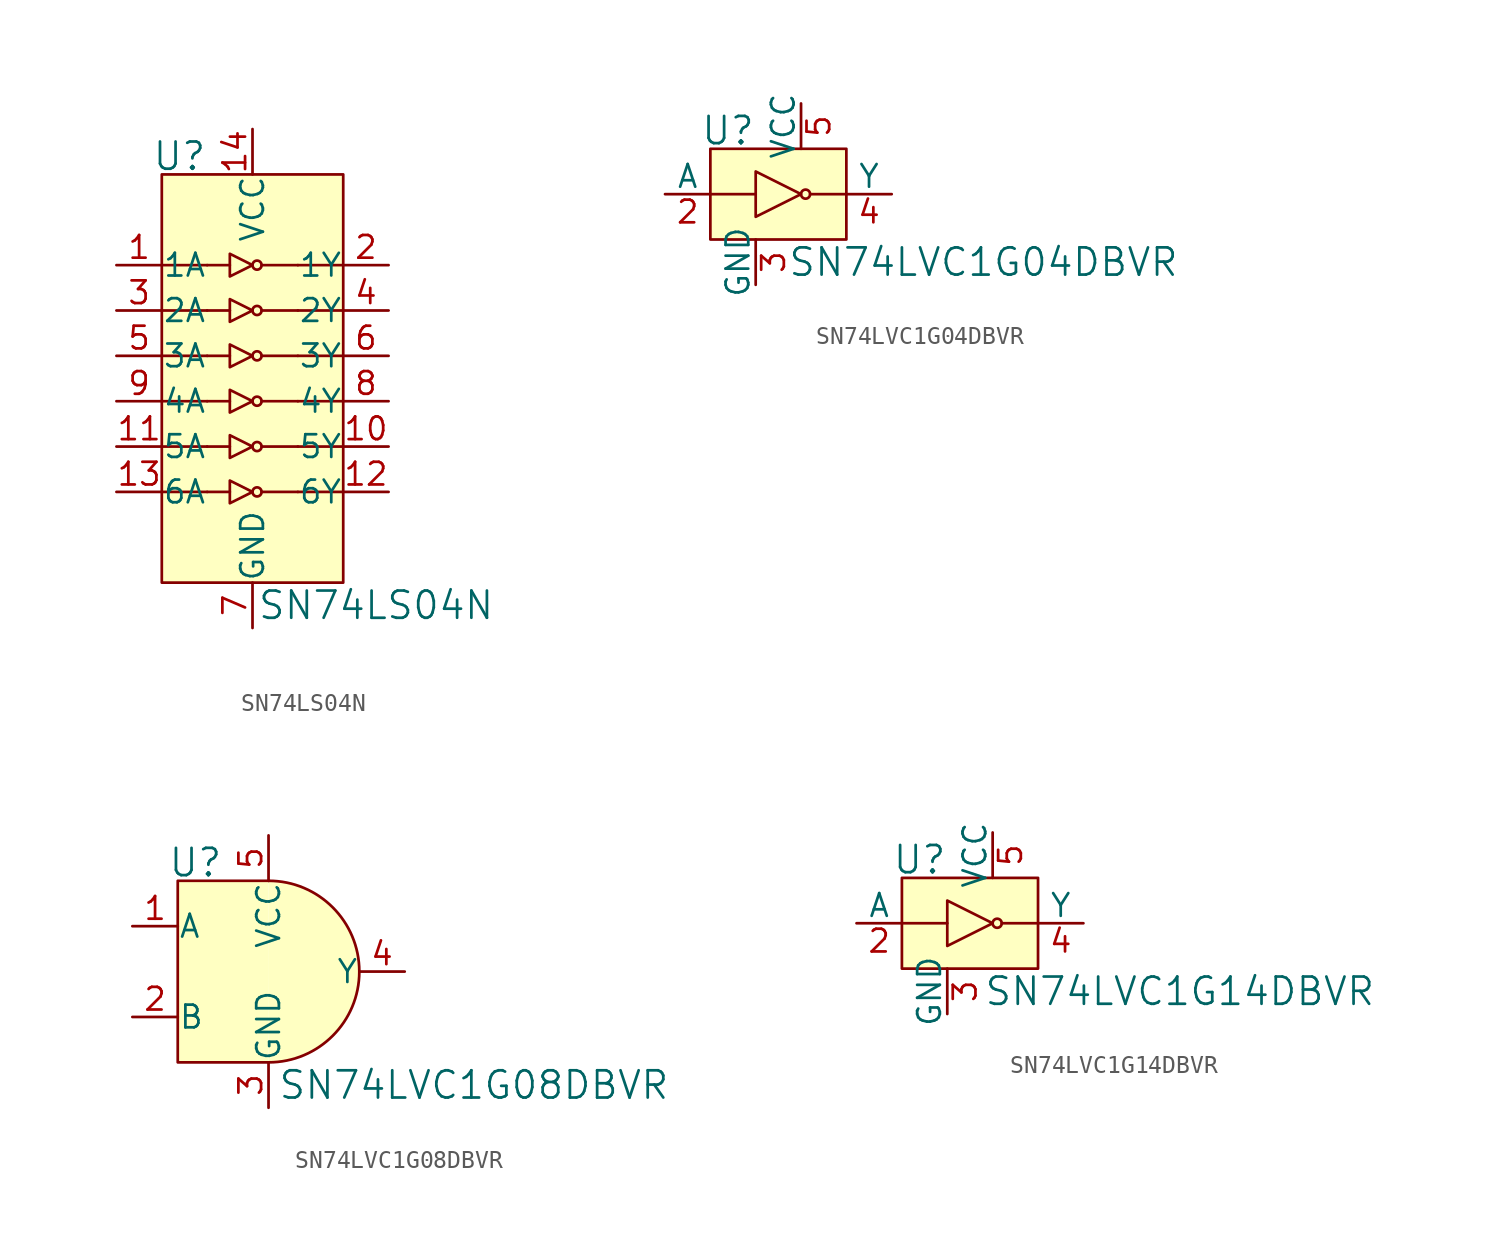
<source format=kicad_sym>
(kicad_symbol_lib
  (version 20211014)
  (generator kicad_symbol_editor)
  (symbol "SN74LS04N"
    (pin_names
      (offset 0.025))
    (property "Reference" "U"
      (at -2.54 13.716 0)
      (effects (font (size 1.524 1.524)) (justify right)))
    (property "Value" "SN74LS04N"
      (at 0.254 -11.43 0)
      (effects (font (size 1.524 1.524)) (justify left)))
    (symbol "SN74LS04N_0_1"
      (rectangle (start -5.08 12.7) (end 5.08 -10.16) (stroke (width 0) (type default) (color 0 0 0 0)) (fill (type background)))
      (polyline (pts (xy -2.54 -5.08) (xy -5.08 -5.08)) (stroke (width 0) (type default) (color 0 0 0 0)) (fill (type none)))
      (polyline (pts (xy -2.54 -2.54) (xy -5.08 -2.54)) (stroke (width 0) (type default) (color 0 0 0 0)) (fill (type none)))
      (polyline (pts (xy -2.54 -2.54) (xy -1.27 -2.54)) (stroke (width 0) (type default) (color 0 0 0 0)) (fill (type none)))
      (polyline (pts (xy -2.54 0) (xy -5.08 0)) (stroke (width 0) (type default) (color 0 0 0 0)) (fill (type none)))
      (polyline (pts (xy -2.54 2.54) (xy -5.08 2.54)) (stroke (width 0) (type default) (color 0 0 0 0)) (fill (type none)))
      (polyline (pts (xy -2.54 2.54) (xy -1.27 2.54)) (stroke (width 0) (type default) (color 0 0 0 0)) (fill (type none)))
      (polyline (pts (xy -2.54 5.08) (xy -5.08 5.08)) (stroke (width 0) (type default) (color 0 0 0 0)) (fill (type none)))
      (polyline (pts (xy -2.54 7.62) (xy -5.08 7.62)) (stroke (width 0) (type default) (color 0 0 0 0)) (fill (type none)))
      (polyline (pts (xy -1.27 -5.08) (xy -2.54 -5.08)) (stroke (width 0) (type default) (color 0 0 0 0)) (fill (type none)))
      (polyline (pts (xy -1.27 0) (xy -2.54 0)) (stroke (width 0) (type default) (color 0 0 0 0)) (fill (type none)))
      (polyline (pts (xy -1.27 5.08) (xy -2.54 5.08)) (stroke (width 0) (type default) (color 0 0 0 0)) (fill (type none)))
      (polyline (pts (xy -1.27 7.62) (xy -2.54 7.62)) (stroke (width 0) (type default) (color 0 0 0 0)) (fill (type none)))
      (polyline (pts (xy 0.508 -5.08) (xy 2.54 -5.08)) (stroke (width 0) (type default) (color 0 0 0 0)) (fill (type none)))
      (polyline (pts (xy 0.508 0) (xy 2.54 0)) (stroke (width 0) (type default) (color 0 0 0 0)) (fill (type none)))
      (polyline (pts (xy 0.508 2.54) (xy 2.54 2.54)) (stroke (width 0) (type default) (color 0 0 0 0)) (fill (type none)))
      (polyline (pts (xy 0.508 5.08) (xy 2.54 5.08)) (stroke (width 0) (type default) (color 0 0 0 0)) (fill (type none)))
      (polyline (pts (xy 2.54 -2.54) (xy 0.508 -2.54)) (stroke (width 0) (type default) (color 0 0 0 0)) (fill (type none)))
      (polyline (pts (xy 2.54 7.62) (xy 0.508 7.62)) (stroke (width 0) (type default) (color 0 0 0 0)) (fill (type none)))
      (polyline (pts (xy 5.08 -5.08) (xy 2.54 -5.08)) (stroke (width 0) (type default) (color 0 0 0 0)) (fill (type none)))
      (polyline (pts (xy 5.08 -2.54) (xy 2.54 -2.54)) (stroke (width 0) (type default) (color 0 0 0 0)) (fill (type none)))
      (polyline (pts (xy 5.08 0) (xy 2.54 0)) (stroke (width 0) (type default) (color 0 0 0 0)) (fill (type none)))
      (polyline (pts (xy 5.08 2.54) (xy 2.54 2.54)) (stroke (width 0) (type default) (color 0 0 0 0)) (fill (type none)))
      (polyline (pts (xy 5.08 5.08) (xy 2.54 5.08)) (stroke (width 0) (type default) (color 0 0 0 0)) (fill (type none)))
      (polyline (pts (xy 5.08 7.62) (xy 2.54 7.62)) (stroke (width 0) (type default) (color 0 0 0 0)) (fill (type none)))
      (polyline (pts (xy -1.27 -4.445) (xy -1.27 -5.715) (xy 0 -5.08) (xy -1.27 -4.445)) (stroke (width 0) (type default) (color 0 0 0 0)) (fill (type none)))
      (polyline (pts (xy -1.27 -1.905) (xy -1.27 -3.175) (xy 0 -2.54) (xy -1.27 -1.905)) (stroke (width 0) (type default) (color 0 0 0 0)) (fill (type none)))
      (polyline (pts (xy -1.27 0.635) (xy -1.27 -0.635) (xy 0 0) (xy -1.27 0.635)) (stroke (width 0) (type default) (color 0 0 0 0)) (fill (type none)))
      (polyline (pts (xy -1.27 3.175) (xy -1.27 1.905) (xy 0 2.54) (xy -1.27 3.175)) (stroke (width 0) (type default) (color 0 0 0 0)) (fill (type none)))
      (polyline (pts (xy -1.27 5.715) (xy -1.27 4.445) (xy 0 5.08) (xy -1.27 5.715)) (stroke (width 0) (type default) (color 0 0 0 0)) (fill (type none)))
      (polyline (pts (xy -1.27 8.255) (xy -1.27 6.985) (xy 0 7.62) (xy -1.27 8.255)) (stroke (width 0) (type default) (color 0 0 0 0)) (fill (type none)))
      (circle (center 0.254 -5.08) (radius 0.254) (stroke (width 0) (type default) (color 0 0 0 0)) (fill (type none)))
      (circle (center 0.254 -2.54) (radius 0.254) (stroke (width 0) (type default) (color 0 0 0 0)) (fill (type none)))
      (circle (center 0.254 0) (radius 0.254) (stroke (width 0) (type default) (color 0 0 0 0)) (fill (type none)))
      (circle (center 0.254 2.54) (radius 0.254) (stroke (width 0) (type default) (color 0 0 0 0)) (fill (type none)))
      (circle (center 0.254 5.08) (radius 0.254) (stroke (width 0) (type default) (color 0 0 0 0)) (fill (type none)))
      (circle (center 0.254 7.62) (radius 0.254) (stroke (width 0) (type default) (color 0 0 0 0)) (fill (type none))))
    (symbol "SN74LS04N_1_1"
      (pin input line (at -7.62 7.62 0) (length 2.54) (name "1A" (effects (font (size 1.27 1.27)))) (number "1" (effects (font (size 1.27 1.27)))))
      (pin output line (at 7.62 -2.54 180) (length 2.54) (name "5Y" (effects (font (size 1.27 1.27)))) (number "10" (effects (font (size 1.27 1.27)))))
      (pin input line (at -7.62 -2.54 0) (length 2.54) (name "5A" (effects (font (size 1.27 1.27)))) (number "11" (effects (font (size 1.27 1.27)))))
      (pin output line (at 7.62 -5.08 180) (length 2.54) (name "6Y" (effects (font (size 1.27 1.27)))) (number "12" (effects (font (size 1.27 1.27)))))
      (pin input line (at -7.62 -5.08 0) (length 2.54) (name "6A" (effects (font (size 1.27 1.27)))) (number "13" (effects (font (size 1.27 1.27)))))
      (pin power_in line (at 0 15.24 270) (length 2.54) (name "VCC" (effects (font (size 1.27 1.27)))) (number "14" (effects (font (size 1.27 1.27)))))
      (pin output line (at 7.62 7.62 180) (length 2.54) (name "1Y" (effects (font (size 1.27 1.27)))) (number "2" (effects (font (size 1.27 1.27)))))
      (pin input line (at -7.62 5.08 0) (length 2.54) (name "2A" (effects (font (size 1.27 1.27)))) (number "3" (effects (font (size 1.27 1.27)))))
      (pin output line (at 7.62 5.08 180) (length 2.54) (name "2Y" (effects (font (size 1.27 1.27)))) (number "4" (effects (font (size 1.27 1.27)))))
      (pin input line (at -7.62 2.54 0) (length 2.54) (name "3A" (effects (font (size 1.27 1.27)))) (number "5" (effects (font (size 1.27 1.27)))))
      (pin output line (at 7.62 2.54 180) (length 2.54) (name "3Y" (effects (font (size 1.27 1.27)))) (number "6" (effects (font (size 1.27 1.27)))))
      (pin power_in line (at 0 -12.7 90) (length 2.54) (name "GND" (effects (font (size 1.27 1.27)))) (number "7" (effects (font (size 1.27 1.27)))))
      (pin output line (at 7.62 0 180) (length 2.54) (name "4Y" (effects (font (size 1.27 1.27)))) (number "8" (effects (font (size 1.27 1.27)))))
      (pin input line (at -7.62 0 0) (length 2.54) (name "4A" (effects (font (size 1.27 1.27)))) (number "9" (effects (font (size 1.27 1.27)))))))
  (symbol "SN74LVC1G04DBVR"
    (pin_names
      (offset 0))
    (property "Reference" "U"
      (at -2.54 3.556 0)
      (effects (font (size 1.524 1.524)) (justify right)))
    (property "Value" "SN74LVC1G04DBVR"
      (at -0.762 -3.81 0)
      (effects (font (size 1.524 1.524)) (justify left)))
    (symbol "SN74LVC1G04DBVR_0_1"
      (rectangle (start -5.08 2.54) (end 2.54 -2.54) (stroke (width 0) (type default) (color 0 0 0 0)) (fill (type background)))
      (polyline (pts (xy -2.54 0) (xy -5.08 0)) (stroke (width 0) (type default) (color 0 0 0 0)) (fill (type none)))
      (polyline (pts (xy 2.54 0) (xy 0.508 0)) (stroke (width 0) (type default) (color 0 0 0 0)) (fill (type none)))
      (polyline (pts (xy -2.54 1.27) (xy -2.54 -1.27) (xy 0 0) (xy -2.54 1.27)) (stroke (width 0) (type default) (color 0 0 0 0)) (fill (type none)))
      (circle (center 0.254 0) (radius 0.254) (stroke (width 0) (type default) (color 0 0 0 0)) (fill (type none))))
    (symbol "SN74LVC1G04DBVR_1_1"
      (pin no_connect line (at -2.54 0 0) (length 2.54) hide (name "NC" (effects (font (size 1.27 1.27)))) (number "1" (effects (font (size 1.27 1.27)))))
      (pin input line (at -7.62 0 0) (length 2.54) (name "A" (effects (font (size 1.27 1.27)))) (number "2" (effects (font (size 1.27 1.27)))))
      (pin power_in line (at -2.54 -5.08 90) (length 2.54) (name "GND" (effects (font (size 1.27 1.27)))) (number "3" (effects (font (size 1.27 1.27)))))
      (pin output line (at 5.08 0 180) (length 2.54) (name "Y" (effects (font (size 1.27 1.27)))) (number "4" (effects (font (size 1.27 1.27)))))
      (pin power_in line (at 0 5.08 270) (length 2.54) (name "VCC" (effects (font (size 1.27 1.27)))) (number "5" (effects (font (size 1.27 1.27)))))))
  (symbol "SN74LVC1G08DBVR"
    (pin_names
      (offset 0.025))
    (property "Reference" "U"
      (at -2.54 6.096 0)
      (effects (font (size 1.524 1.524)) (justify right)))
    (property "Value" "SN74LVC1G08DBVR"
      (at 0.508 -6.35 0)
      (effects (font (size 1.524 1.524)) (justify left)))
    (symbol "SN74LVC1G08DBVR_1_1"
      (arc (start 0 -5.08) (mid 5.08 0) (end 0 5.08) (stroke (width 0) (type default) (color 0 0 0 0)) (fill (type background)))
      (polyline (pts (xy 0 5.08) (xy -5.08 5.08) (xy -5.08 -5.08) (xy 0 -5.08)) (stroke (width 0) (type default) (color 0 0 0 0)) (fill (type background)))
      (pin input line (at -7.62 2.54 0) (length 2.54) (name "A" (effects (font (size 1.27 1.27)))) (number "1" (effects (font (size 1.27 1.27)))))
      (pin input line (at -7.62 -2.54 0) (length 2.54) (name "B" (effects (font (size 1.27 1.27)))) (number "2" (effects (font (size 1.27 1.27)))))
      (pin power_in line (at 0 -7.62 90) (length 2.54) (name "GND" (effects (font (size 1.27 1.27)))) (number "3" (effects (font (size 1.27 1.27)))))
      (pin output line (at 7.62 0 180) (length 2.54) (name "Y" (effects (font (size 1.27 1.27)))) (number "4" (effects (font (size 1.27 1.27)))))
      (pin power_in line (at 0 7.62 270) (length 2.54) (name "VCC" (effects (font (size 1.27 1.27)))) (number "5" (effects (font (size 1.27 1.27)))))))
  (symbol "SN74LVC1G14DBVR"
    (pin_names
      (offset 0))
    (property "Reference" "U"
      (at -2.54 3.556 0)
      (effects (font (size 1.524 1.524)) (justify right)))
    (property "Value" "SN74LVC1G14DBVR"
      (at -0.508 -3.81 0)
      (effects (font (size 1.524 1.524)) (justify left)))
    (symbol "SN74LVC1G14DBVR_0_1"
      (rectangle (start -5.08 2.54) (end 2.54 -2.54) (stroke (width 0) (type default) (color 0 0 0 0)) (fill (type background)))
      (polyline (pts (xy -2.54 0) (xy -5.08 0)) (stroke (width 0) (type default) (color 0 0 0 0)) (fill (type none)))
      (polyline (pts (xy 2.54 0) (xy 0.508 0)) (stroke (width 0) (type default) (color 0 0 0 0)) (fill (type none)))
      (polyline (pts (xy -2.54 1.27) (xy -2.54 -1.27) (xy 0 0) (xy -2.54 1.27)) (stroke (width 0) (type default) (color 0 0 0 0)) (fill (type none)))
      (circle (center 0.254 0) (radius 0.254) (stroke (width 0) (type default) (color 0 0 0 0)) (fill (type none))))
    (symbol "SN74LVC1G14DBVR_1_1"
      (pin no_connect line (at -2.54 0 0) (length 2.54) hide (name "NC" (effects (font (size 1.27 1.27)))) (number "1" (effects (font (size 1.27 1.27)))))
      (pin input line (at -7.62 0 0) (length 2.54) (name "A" (effects (font (size 1.27 1.27)))) (number "2" (effects (font (size 1.27 1.27)))))
      (pin power_in line (at -2.54 -5.08 90) (length 2.54) (name "GND" (effects (font (size 1.27 1.27)))) (number "3" (effects (font (size 1.27 1.27)))))
      (pin output line (at 5.08 0 180) (length 2.54) (name "Y" (effects (font (size 1.27 1.27)))) (number "4" (effects (font (size 1.27 1.27)))))
      (pin power_in line (at 0 5.08 270) (length 2.54) (name "VCC" (effects (font (size 1.27 1.27)))) (number "5" (effects (font (size 1.27 1.27))))))))
</source>
